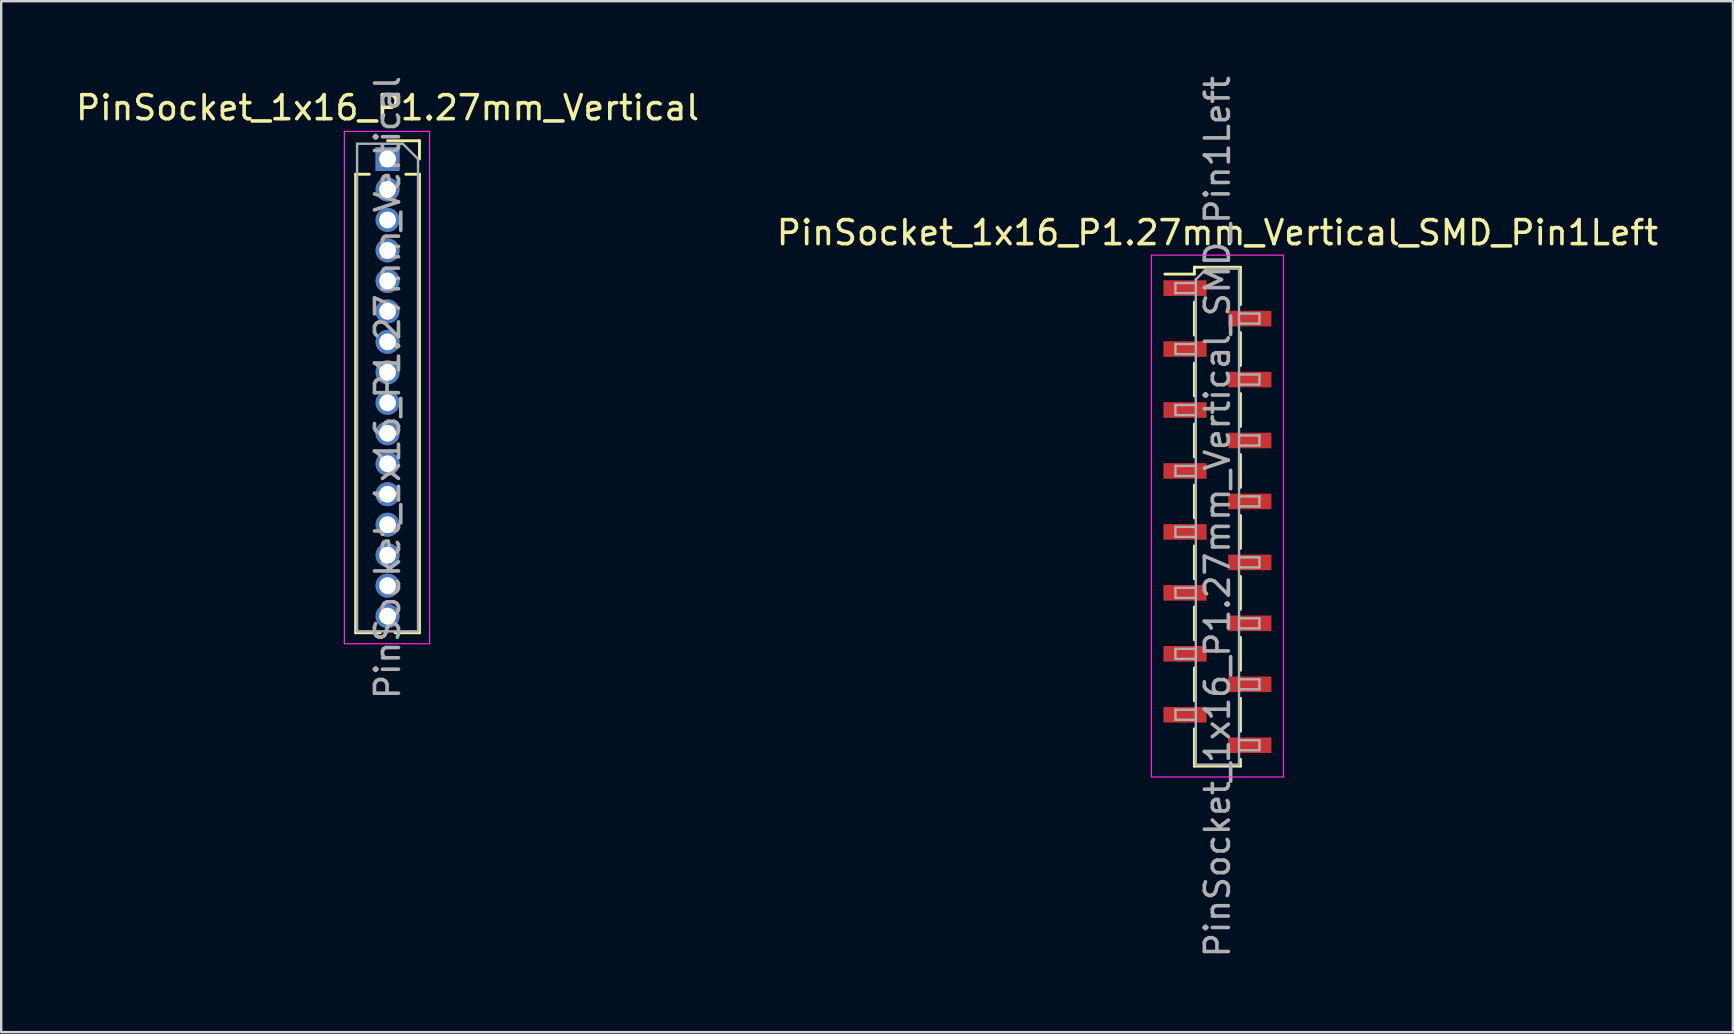
<source format=kicad_pcb>
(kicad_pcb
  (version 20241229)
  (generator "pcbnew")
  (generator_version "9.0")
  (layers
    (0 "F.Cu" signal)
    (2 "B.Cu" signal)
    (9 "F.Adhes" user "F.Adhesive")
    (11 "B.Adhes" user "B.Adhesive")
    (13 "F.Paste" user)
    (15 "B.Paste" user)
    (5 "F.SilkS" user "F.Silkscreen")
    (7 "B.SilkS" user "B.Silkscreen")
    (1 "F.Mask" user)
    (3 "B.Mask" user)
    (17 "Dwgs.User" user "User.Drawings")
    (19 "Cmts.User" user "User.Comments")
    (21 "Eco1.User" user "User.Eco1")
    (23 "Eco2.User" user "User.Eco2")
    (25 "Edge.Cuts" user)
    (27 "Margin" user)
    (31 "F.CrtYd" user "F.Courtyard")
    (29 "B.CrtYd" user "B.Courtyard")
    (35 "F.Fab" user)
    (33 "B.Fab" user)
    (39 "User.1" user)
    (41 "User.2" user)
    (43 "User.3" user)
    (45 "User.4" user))
  (footprint "PinSocket_1x16_P1.27mm_Vertical_SMD_Pin1Left"
    (layer "F.Cu")
    (at 47.685 18.482)
    (property "Reference" "PinSocket_1x16_P1.27mm_Vertical_SMD_Pin1Left" (at 0 -11.835 0) (layer "F.SilkS") (effects (font (size 1 1) (thickness 0.15))))
    (attr smd)
    (fp_line (start -2.19 -10.11) (end -0.96 -10.11) (stroke (width 0.12) (type solid)) (layer "F.SilkS"))
    (fp_line (start -0.96 -10.395) (end -0.96 -10.11) (stroke (width 0.12) (type solid)) (layer "F.SilkS"))
    (fp_line (start -0.96 -10.395) (end 0.96 -10.395) (stroke (width 0.12) (type solid)) (layer "F.SilkS"))
    (fp_line (start -0.96 -8.94) (end -0.96 -7.57) (stroke (width 0.12) (type solid)) (layer "F.SilkS"))
    (fp_line (start -0.96 -6.4) (end -0.96 -5.03) (stroke (width 0.12) (type solid)) (layer "F.SilkS"))
    (fp_line (start -0.96 -3.86) (end -0.96 -2.49) (stroke (width 0.12) (type solid)) (layer "F.SilkS"))
    (fp_line (start -0.96 -1.32) (end -0.96 0.05) (stroke (width 0.12) (type solid)) (layer "F.SilkS"))
    (fp_line (start -0.96 1.22) (end -0.96 2.59) (stroke (width 0.12) (type solid)) (layer "F.SilkS"))
    (fp_line (start -0.96 3.76) (end -0.96 5.13) (stroke (width 0.12) (type solid)) (layer "F.SilkS"))
    (fp_line (start -0.96 6.3) (end -0.96 7.67) (stroke (width 0.12) (type solid)) (layer "F.SilkS"))
    (fp_line (start -0.96 8.84) (end -0.96 10.395) (stroke (width 0.12) (type solid)) (layer "F.SilkS"))
    (fp_line (start -0.96 10.395) (end 0.96 10.395) (stroke (width 0.12) (type solid)) (layer "F.SilkS"))
    (fp_line (start 0.96 -10.395) (end 0.96 -8.84) (stroke (width 0.12) (type solid)) (layer "F.SilkS"))
    (fp_line (start 0.96 -7.67) (end 0.96 -6.3) (stroke (width 0.12) (type solid)) (layer "F.SilkS"))
    (fp_line (start 0.96 -5.13) (end 0.96 -3.76) (stroke (width 0.12) (type solid)) (layer "F.SilkS"))
    (fp_line (start 0.96 -2.59) (end 0.96 -1.22) (stroke (width 0.12) (type solid)) (layer "F.SilkS"))
    (fp_line (start 0.96 -0.05) (end 0.96 1.32) (stroke (width 0.12) (type solid)) (layer "F.SilkS"))
    (fp_line (start 0.96 2.49) (end 0.96 3.86) (stroke (width 0.12) (type solid)) (layer "F.SilkS"))
    (fp_line (start 0.96 5.03) (end 0.96 6.4) (stroke (width 0.12) (type solid)) (layer "F.SilkS"))
    (fp_line (start 0.96 7.57) (end 0.96 8.94) (stroke (width 0.12) (type solid)) (layer "F.SilkS"))
    (fp_line (start 0.96 10.11) (end 0.96 10.395) (stroke (width 0.12) (type solid)) (layer "F.SilkS"))
    (fp_line (start -2.75 -10.9) (end 2.75 -10.9) (stroke (width 0.05) (type solid)) (layer "F.CrtYd"))
    (fp_line (start -2.75 10.85) (end -2.75 -10.9) (stroke (width 0.05) (type solid)) (layer "F.CrtYd"))
    (fp_line (start 2.75 -10.9) (end 2.75 10.85) (stroke (width 0.05) (type solid)) (layer "F.CrtYd"))
    (fp_line (start 2.75 10.85) (end -2.75 10.85) (stroke (width 0.05) (type solid)) (layer "F.CrtYd"))
    (fp_line (start -1.75 -9.735) (end -0.9 -9.735) (stroke (width 0.1) (type solid)) (layer "F.Fab"))
    (fp_line (start -1.75 -9.315) (end -1.75 -9.735) (stroke (width 0.1) (type solid)) (layer "F.Fab"))
    (fp_line (start -1.75 -7.195) (end -0.9 -7.195) (stroke (width 0.1) (type solid)) (layer "F.Fab"))
    (fp_line (start -1.75 -6.775) (end -1.75 -7.195) (stroke (width 0.1) (type solid)) (layer "F.Fab"))
    (fp_line (start -1.75 -4.655) (end -0.9 -4.655) (stroke (width 0.1) (type solid)) (layer "F.Fab"))
    (fp_line (start -1.75 -4.235) (end -1.75 -4.655) (stroke (width 0.1) (type solid)) (layer "F.Fab"))
    (fp_line (start -1.75 -2.115) (end -0.9 -2.115) (stroke (width 0.1) (type solid)) (layer "F.Fab"))
    (fp_line (start -1.75 -1.695) (end -1.75 -2.115) (stroke (width 0.1) (type solid)) (layer "F.Fab"))
    (fp_line (start -1.75 0.425) (end -0.9 0.425) (stroke (width 0.1) (type solid)) (layer "F.Fab"))
    (fp_line (start -1.75 0.845) (end -1.75 0.425) (stroke (width 0.1) (type solid)) (layer "F.Fab"))
    (fp_line (start -1.75 2.965) (end -0.9 2.965) (stroke (width 0.1) (type solid)) (layer "F.Fab"))
    (fp_line (start -1.75 3.385) (end -1.75 2.965) (stroke (width 0.1) (type solid)) (layer "F.Fab"))
    (fp_line (start -1.75 5.505) (end -0.9 5.505) (stroke (width 0.1) (type solid)) (layer "F.Fab"))
    (fp_line (start -1.75 5.925) (end -1.75 5.505) (stroke (width 0.1) (type solid)) (layer "F.Fab"))
    (fp_line (start -1.75 8.045) (end -0.9 8.045) (stroke (width 0.1) (type solid)) (layer "F.Fab"))
    (fp_line (start -1.75 8.465) (end -1.75 8.045) (stroke (width 0.1) (type solid)) (layer "F.Fab"))
    (fp_line (start -0.9 -9.885) (end -0.45 -10.335) (stroke (width 0.1) (type solid)) (layer "F.Fab"))
    (fp_line (start -0.9 -9.315) (end -1.75 -9.315) (stroke (width 0.1) (type solid)) (layer "F.Fab"))
    (fp_line (start -0.9 -6.775) (end -1.75 -6.775) (stroke (width 0.1) (type solid)) (layer "F.Fab"))
    (fp_line (start -0.9 -4.235) (end -1.75 -4.235) (stroke (width 0.1) (type solid)) (layer "F.Fab"))
    (fp_line (start -0.9 -1.695) (end -1.75 -1.695) (stroke (width 0.1) (type solid)) (layer "F.Fab"))
    (fp_line (start -0.9 0.845) (end -1.75 0.845) (stroke (width 0.1) (type solid)) (layer "F.Fab"))
    (fp_line (start -0.9 3.385) (end -1.75 3.385) (stroke (width 0.1) (type solid)) (layer "F.Fab"))
    (fp_line (start -0.9 5.925) (end -1.75 5.925) (stroke (width 0.1) (type solid)) (layer "F.Fab"))
    (fp_line (start -0.9 8.465) (end -1.75 8.465) (stroke (width 0.1) (type solid)) (layer "F.Fab"))
    (fp_line (start -0.9 10.335) (end -0.9 -9.885) (stroke (width 0.1) (type solid)) (layer "F.Fab"))
    (fp_line (start -0.45 -10.335) (end 0.9 -10.335) (stroke (width 0.1) (type solid)) (layer "F.Fab"))
    (fp_line (start 0.9 -10.335) (end 0.9 10.335) (stroke (width 0.1) (type solid)) (layer "F.Fab"))
    (fp_line (start 0.9 -8.465) (end 1.75 -8.465) (stroke (width 0.1) (type solid)) (layer "F.Fab"))
    (fp_line (start 0.9 -5.925) (end 1.75 -5.925) (stroke (width 0.1) (type solid)) (layer "F.Fab"))
    (fp_line (start 0.9 -3.385) (end 1.75 -3.385) (stroke (width 0.1) (type solid)) (layer "F.Fab"))
    (fp_line (start 0.9 -0.845) (end 1.75 -0.845) (stroke (width 0.1) (type solid)) (layer "F.Fab"))
    (fp_line (start 0.9 1.695) (end 1.75 1.695) (stroke (width 0.1) (type solid)) (layer "F.Fab"))
    (fp_line (start 0.9 4.235) (end 1.75 4.235) (stroke (width 0.1) (type solid)) (layer "F.Fab"))
    (fp_line (start 0.9 6.775) (end 1.75 6.775) (stroke (width 0.1) (type solid)) (layer "F.Fab"))
    (fp_line (start 0.9 9.315) (end 1.75 9.315) (stroke (width 0.1) (type solid)) (layer "F.Fab"))
    (fp_line (start 0.9 10.335) (end -0.9 10.335) (stroke (width 0.1) (type solid)) (layer "F.Fab"))
    (fp_line (start 1.75 -8.465) (end 1.75 -8.045) (stroke (width 0.1) (type solid)) (layer "F.Fab"))
    (fp_line (start 1.75 -8.045) (end 0.9 -8.045) (stroke (width 0.1) (type solid)) (layer "F.Fab"))
    (fp_line (start 1.75 -5.925) (end 1.75 -5.505) (stroke (width 0.1) (type solid)) (layer "F.Fab"))
    (fp_line (start 1.75 -5.505) (end 0.9 -5.505) (stroke (width 0.1) (type solid)) (layer "F.Fab"))
    (fp_line (start 1.75 -3.385) (end 1.75 -2.965) (stroke (width 0.1) (type solid)) (layer "F.Fab"))
    (fp_line (start 1.75 -2.965) (end 0.9 -2.965) (stroke (width 0.1) (type solid)) (layer "F.Fab"))
    (fp_line (start 1.75 -0.845) (end 1.75 -0.425) (stroke (width 0.1) (type solid)) (layer "F.Fab"))
    (fp_line (start 1.75 -0.425) (end 0.9 -0.425) (stroke (width 0.1) (type solid)) (layer "F.Fab"))
    (fp_line (start 1.75 1.695) (end 1.75 2.115) (stroke (width 0.1) (type solid)) (layer "F.Fab"))
    (fp_line (start 1.75 2.115) (end 0.9 2.115) (stroke (width 0.1) (type solid)) (layer "F.Fab"))
    (fp_line (start 1.75 4.235) (end 1.75 4.655) (stroke (width 0.1) (type solid)) (layer "F.Fab"))
    (fp_line (start 1.75 4.655) (end 0.9 4.655) (stroke (width 0.1) (type solid)) (layer "F.Fab"))
    (fp_line (start 1.75 6.775) (end 1.75 7.195) (stroke (width 0.1) (type solid)) (layer "F.Fab"))
    (fp_line (start 1.75 7.195) (end 0.9 7.195) (stroke (width 0.1) (type solid)) (layer "F.Fab"))
    (fp_line (start 1.75 9.315) (end 1.75 9.735) (stroke (width 0.1) (type solid)) (layer "F.Fab"))
    (fp_line (start 1.75 9.735) (end 0.9 9.735) (stroke (width 0.1) (type solid)) (layer "F.Fab"))
    (fp_text user "${REFERENCE}" (at 0 0 90) (layer "F.Fab") (effects (font (size 1 1) (thickness 0.15))))
    (pad "1" smd rect (at -1.35 -9.525) (size 1.8 0.65) (layers "F.Cu" "F.Mask" "F.Paste"))
    (pad "2" smd rect (at 1.35 -8.255) (size 1.8 0.65) (layers "F.Cu" "F.Mask" "F.Paste"))
    (pad "3" smd rect (at -1.35 -6.985) (size 1.8 0.65) (layers "F.Cu" "F.Mask" "F.Paste"))
    (pad "4" smd rect (at 1.35 -5.715) (size 1.8 0.65) (layers "F.Cu" "F.Mask" "F.Paste"))
    (pad "5" smd rect (at -1.35 -4.445) (size 1.8 0.65) (layers "F.Cu" "F.Mask" "F.Paste"))
    (pad "6" smd rect (at 1.35 -3.175) (size 1.8 0.65) (layers "F.Cu" "F.Mask" "F.Paste"))
    (pad "7" smd rect (at -1.35 -1.905) (size 1.8 0.65) (layers "F.Cu" "F.Mask" "F.Paste"))
    (pad "8" smd rect (at 1.35 -0.635) (size 1.8 0.65) (layers "F.Cu" "F.Mask" "F.Paste"))
    (pad "9" smd rect (at -1.35 0.635) (size 1.8 0.65) (layers "F.Cu" "F.Mask" "F.Paste"))
    (pad "10" smd rect (at 1.35 1.905) (size 1.8 0.65) (layers "F.Cu" "F.Mask" "F.Paste"))
    (pad "11" smd rect (at -1.35 3.175) (size 1.8 0.65) (layers "F.Cu" "F.Mask" "F.Paste"))
    (pad "12" smd rect (at 1.35 4.445) (size 1.8 0.65) (layers "F.Cu" "F.Mask" "F.Paste"))
    (pad "13" smd rect (at -1.35 5.715) (size 1.8 0.65) (layers "F.Cu" "F.Mask" "F.Paste"))
    (pad "14" smd rect (at 1.35 6.985) (size 1.8 0.65) (layers "F.Cu" "F.Mask" "F.Paste"))
    (pad "15" smd rect (at -1.35 8.255) (size 1.8 0.65) (layers "F.Cu" "F.Mask" "F.Paste"))
    (pad "16" smd rect (at 1.35 9.525) (size 1.8 0.65) (layers "F.Cu" "F.Mask" "F.Paste")))
  (footprint "PinSocket_1x16_P1.27mm_Vertical"
    (layer "F.Cu")
    (at 13.101 3.576)
    (property "Reference" "PinSocket_1x16_P1.27mm_Vertical" (at 0 -2.135 0) (layer "F.SilkS") (effects (font (size 1 1) (thickness 0.15))))
    (attr through_hole)
    (fp_line (start -1.33 0.635) (end -1.33 19.745) (stroke (width 0.12) (type solid)) (layer "F.SilkS"))
    (fp_line (start -1.33 0.635) (end -0.76 0.635) (stroke (width 0.12) (type solid)) (layer "F.SilkS"))
    (fp_line (start -1.33 19.745) (end -0.308 19.745) (stroke (width 0.12) (type solid)) (layer "F.SilkS"))
    (fp_line (start 0 -0.76) (end 1.33 -0.76) (stroke (width 0.12) (type solid)) (layer "F.SilkS"))
    (fp_line (start 0.308 19.745) (end 1.33 19.745) (stroke (width 0.12) (type solid)) (layer "F.SilkS"))
    (fp_line (start 0.76 0.635) (end 1.33 0.635) (stroke (width 0.12) (type solid)) (layer "F.SilkS"))
    (fp_line (start 1.33 -0.76) (end 1.33 0) (stroke (width 0.12) (type solid)) (layer "F.SilkS"))
    (fp_line (start 1.33 0.635) (end 1.33 19.745) (stroke (width 0.12) (type solid)) (layer "F.SilkS"))
    (fp_line (start -1.8 -1.15) (end 1.75 -1.15) (stroke (width 0.05) (type solid)) (layer "F.CrtYd"))
    (fp_line (start -1.8 20.2) (end -1.8 -1.15) (stroke (width 0.05) (type solid)) (layer "F.CrtYd"))
    (fp_line (start 1.75 -1.15) (end 1.75 20.2) (stroke (width 0.05) (type solid)) (layer "F.CrtYd"))
    (fp_line (start 1.75 20.2) (end -1.8 20.2) (stroke (width 0.05) (type solid)) (layer "F.CrtYd"))
    (fp_line (start -1.27 -0.635) (end 0.635 -0.635) (stroke (width 0.1) (type solid)) (layer "F.Fab"))
    (fp_line (start -1.27 19.685) (end -1.27 -0.635) (stroke (width 0.1) (type solid)) (layer "F.Fab"))
    (fp_line (start 0.635 -0.635) (end 1.27 0) (stroke (width 0.1) (type solid)) (layer "F.Fab"))
    (fp_line (start 1.27 0) (end 1.27 19.685) (stroke (width 0.1) (type solid)) (layer "F.Fab"))
    (fp_line (start 1.27 19.685) (end -1.27 19.685) (stroke (width 0.1) (type solid)) (layer "F.Fab"))
    (fp_text user "${REFERENCE}" (at 0 9.525 90) (layer "F.Fab") (effects (font (size 1 1) (thickness 0.15))))
    (pad "1" thru_hole rect (at 0 0) (size 1 1) (drill 0.7) (layers "*.Cu" "*.Mask"))
    (pad "2" thru_hole circle (at 0 1.27) (size 1 1) (drill 0.7) (layers "*.Cu" "*.Mask"))
    (pad "3" thru_hole circle (at 0 2.54) (size 1 1) (drill 0.7) (layers "*.Cu" "*.Mask"))
    (pad "4" thru_hole circle (at 0 3.81) (size 1 1) (drill 0.7) (layers "*.Cu" "*.Mask"))
    (pad "5" thru_hole circle (at 0 5.08) (size 1 1) (drill 0.7) (layers "*.Cu" "*.Mask"))
    (pad "6" thru_hole circle (at 0 6.35) (size 1 1) (drill 0.7) (layers "*.Cu" "*.Mask"))
    (pad "7" thru_hole circle (at 0 7.62) (size 1 1) (drill 0.7) (layers "*.Cu" "*.Mask"))
    (pad "8" thru_hole circle (at 0 8.89) (size 1 1) (drill 0.7) (layers "*.Cu" "*.Mask"))
    (pad "9" thru_hole circle (at 0 10.16) (size 1 1) (drill 0.7) (layers "*.Cu" "*.Mask"))
    (pad "10" thru_hole circle (at 0 11.43) (size 1 1) (drill 0.7) (layers "*.Cu" "*.Mask"))
    (pad "11" thru_hole circle (at 0 12.7) (size 1 1) (drill 0.7) (layers "*.Cu" "*.Mask"))
    (pad "12" thru_hole circle (at 0 13.97) (size 1 1) (drill 0.7) (layers "*.Cu" "*.Mask"))
    (pad "13" thru_hole circle (at 0 15.24) (size 1 1) (drill 0.7) (layers "*.Cu" "*.Mask"))
    (pad "14" thru_hole circle (at 0 16.51) (size 1 1) (drill 0.7) (layers "*.Cu" "*.Mask"))
    (pad "15" thru_hole circle (at 0 17.78) (size 1 1) (drill 0.7) (layers "*.Cu" "*.Mask"))
    (pad "16" thru_hole circle (at 0 19.05) (size 1 1) (drill 0.7) (layers "*.Cu" "*.Mask")))
  (gr_rect
    (start -3 -3)
    (end 69.167 39.964)
    (stroke (width 0.1) (type default))
    (fill no)
    (layer "Edge.Cuts")))
</source>
